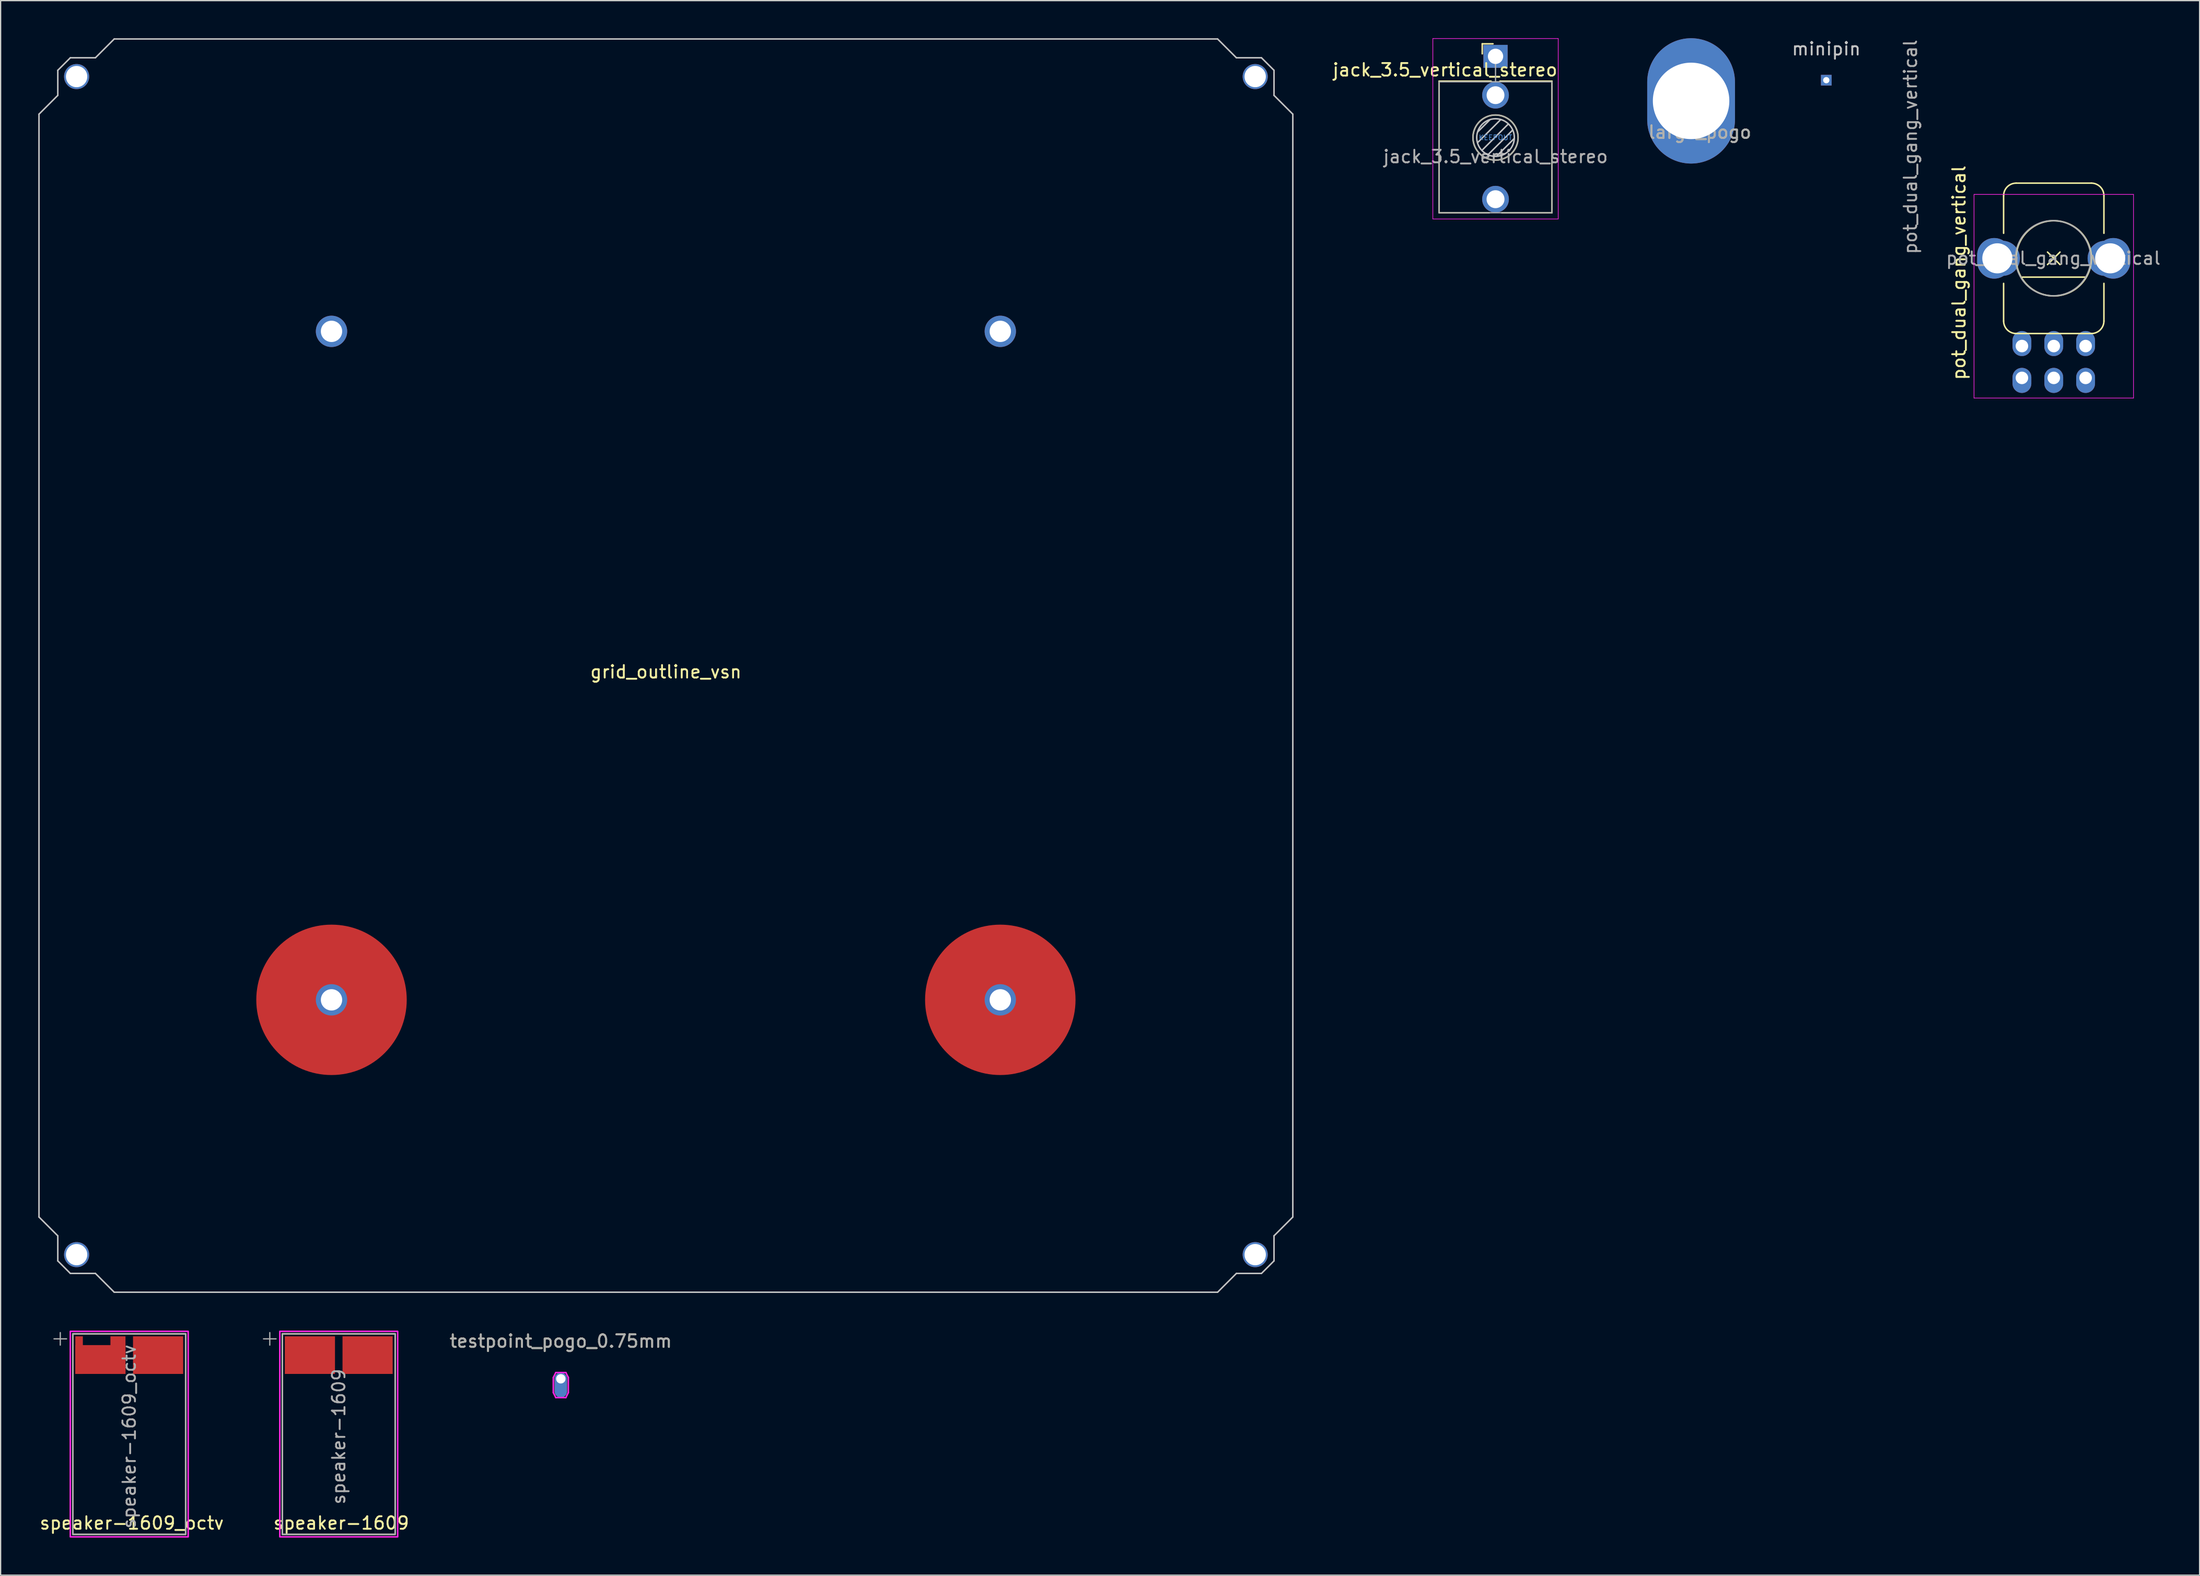
<source format=kicad_pcb>
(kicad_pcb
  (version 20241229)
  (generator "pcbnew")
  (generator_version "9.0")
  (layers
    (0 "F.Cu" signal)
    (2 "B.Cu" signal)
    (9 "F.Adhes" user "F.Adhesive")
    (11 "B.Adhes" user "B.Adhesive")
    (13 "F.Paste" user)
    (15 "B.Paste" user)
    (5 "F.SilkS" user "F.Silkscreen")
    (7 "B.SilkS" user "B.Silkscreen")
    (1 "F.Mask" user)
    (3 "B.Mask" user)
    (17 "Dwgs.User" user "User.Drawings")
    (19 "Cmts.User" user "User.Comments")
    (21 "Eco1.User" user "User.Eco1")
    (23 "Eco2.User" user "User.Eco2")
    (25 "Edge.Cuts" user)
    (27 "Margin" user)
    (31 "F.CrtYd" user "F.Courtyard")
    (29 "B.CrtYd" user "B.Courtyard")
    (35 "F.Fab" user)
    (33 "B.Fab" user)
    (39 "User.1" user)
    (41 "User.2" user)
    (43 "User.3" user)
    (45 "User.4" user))
  (footprint "grid_outline_vsn"
    (layer "F.Cu")
    (at 50.06 50.06)
    (property "Reference" "grid_outline_vsn" (at 0 0.5 0) (layer "F.SilkS") (effects (font (size 1 1) (thickness 0.15))))
    (fp_line (start -50 -44) (end -48.5 -45.5) (stroke (width 0.12) (type solid)) (layer "Dwgs.User"))
    (fp_line (start -50 44) (end -50 -44) (stroke (width 0.12) (type solid)) (layer "Dwgs.User"))
    (fp_line (start -48.5 -47.5) (end -47.5 -48.5) (stroke (width 0.12) (type solid)) (layer "Dwgs.User"))
    (fp_line (start -48.5 -45.5) (end -48.5 -47.5) (stroke (width 0.12) (type solid)) (layer "Dwgs.User"))
    (fp_line (start -48.5 45.5) (end -50 44) (stroke (width 0.12) (type solid)) (layer "Dwgs.User"))
    (fp_line (start -48.5 47.5) (end -48.5 45.5) (stroke (width 0.12) (type solid)) (layer "Dwgs.User"))
    (fp_line (start -47.5 -48.5) (end -45.5 -48.5) (stroke (width 0.12) (type solid)) (layer "Dwgs.User"))
    (fp_line (start -47.5 48.5) (end -48.5 47.5) (stroke (width 0.12) (type solid)) (layer "Dwgs.User"))
    (fp_line (start -45.5 -48.5) (end -44 -50) (stroke (width 0.12) (type solid)) (layer "Dwgs.User"))
    (fp_line (start -45.5 48.5) (end -47.5 48.5) (stroke (width 0.12) (type solid)) (layer "Dwgs.User"))
    (fp_line (start -44 -50) (end 44 -50) (stroke (width 0.12) (type solid)) (layer "Dwgs.User"))
    (fp_line (start -44 50) (end -45.5 48.5) (stroke (width 0.12) (type solid)) (layer "Dwgs.User"))
    (fp_line (start 44 -50) (end 45.5 -48.5) (stroke (width 0.12) (type solid)) (layer "Dwgs.User"))
    (fp_line (start 44 50) (end -44 50) (stroke (width 0.12) (type solid)) (layer "Dwgs.User"))
    (fp_line (start 45.5 -48.5) (end 47.5 -48.5) (stroke (width 0.12) (type solid)) (layer "Dwgs.User"))
    (fp_line (start 45.5 48.5) (end 44 50) (stroke (width 0.12) (type solid)) (layer "Dwgs.User"))
    (fp_line (start 47.5 -48.5) (end 48.5 -47.5) (stroke (width 0.12) (type solid)) (layer "Dwgs.User"))
    (fp_line (start 47.5 48.5) (end 45.5 48.5) (stroke (width 0.12) (type solid)) (layer "Dwgs.User"))
    (fp_line (start 48.5 -47.5) (end 48.5 -45.5) (stroke (width 0.12) (type solid)) (layer "Dwgs.User"))
    (fp_line (start 48.5 -45.5) (end 50 -44) (stroke (width 0.12) (type solid)) (layer "Dwgs.User"))
    (fp_line (start 48.5 45.5) (end 48.5 47.5) (stroke (width 0.12) (type solid)) (layer "Dwgs.User"))
    (fp_line (start 48.5 47.5) (end 47.5 48.5) (stroke (width 0.12) (type solid)) (layer "Dwgs.User"))
    (fp_line (start 50 -44) (end 50 44) (stroke (width 0.12) (type solid)) (layer "Dwgs.User"))
    (fp_line (start 50 44) (end 48.5 45.5) (stroke (width 0.12) (type solid)) (layer "Dwgs.User"))
    (pad "1" thru_hole circle (at -47 -47) (size 2 2) (drill 1.7) (layers "*.Cu" "*.Mask"))
    (pad "2" thru_hole circle (at 47 -47) (size 2 2) (drill 1.7) (layers "*.Cu" "*.Mask"))
    (pad "3" thru_hole circle (at 47 47) (size 2 2) (drill 1.7) (layers "*.Cu" "*.Mask"))
    (pad "4" thru_hole circle (at -47 47) (size 2 2) (drill 1.7) (layers "*.Cu" "*.Mask"))
    (pad "5" thru_hole circle (at -26.67 -26.67) (size 2.5 2.5) (drill 1.7) (layers "*.Cu" "*.Mask"))
    (pad "6" thru_hole circle (at 26.67 -26.67) (size 2.5 2.5) (drill 1.7) (layers "*.Cu" "*.Mask"))
    (pad "7" thru_hole circle (at 26.67 26.67) (size 2.5 2.5) (drill 1.7) (layers "*.Cu" "*.Mask"))
    (pad "7" smd circle (at 26.67 26.67) (size 12 12) (layers "F.Cu" "F.Mask"))
    (pad "8" thru_hole circle (at -26.67 26.67) (size 2.5 2.5) (drill 1.7) (layers "*.Cu" "*.Mask"))
    (pad "8" smd circle (at -26.67 26.67) (size 12 12) (layers "F.Cu" "F.Mask")))
  (footprint "pot_dual_gang_vertical"
    (layer "F.Cu")
    (at 160.75 17.563)
    (property "Reference" "pot_dual_gang_vertical" (at -7.56 1.15 270) (layer "F.SilkS") (effects (font (size 1 1) (thickness 0.15))))
    (attr through_hole)
    (fp_line (start -4 -5) (end -4 -2) (stroke (width 0.12) (type solid)) (layer "F.SilkS"))
    (fp_line (start -4 2) (end -4 5) (stroke (width 0.12) (type solid)) (layer "F.SilkS"))
    (fp_line (start -3 -6) (end 3 -6) (stroke (width 0.12) (type solid)) (layer "F.SilkS"))
    (fp_line (start -3 6) (end 3 6) (stroke (width 0.12) (type solid)) (layer "F.SilkS"))
    (fp_line (start -2.5 1.5) (end 2.5 1.5) (stroke (width 0.12) (type solid)) (layer "F.SilkS"))
    (fp_line (start -0.5 -0.5) (end 0.5 0.5) (stroke (width 0.12) (type solid)) (layer "F.SilkS"))
    (fp_line (start -0.5 0.5) (end 0.5 -0.5) (stroke (width 0.12) (type solid)) (layer "F.SilkS"))
    (fp_line (start 4 -2) (end 4 -5) (stroke (width 0.12) (type solid)) (layer "F.SilkS"))
    (fp_line (start 4 5) (end 4 2) (stroke (width 0.12) (type solid)) (layer "F.SilkS"))
    (fp_arc (start -4 -5) (mid -3.707107 -5.707107) (end -3 -6) (stroke (width 0.12) (type solid)) (layer "F.SilkS"))
    (fp_arc (start -3 6) (mid -3.707107 5.707107) (end -4 5) (stroke (width 0.12) (type solid)) (layer "F.SilkS"))
    (fp_arc (start 3 -6) (mid 3.707107 -5.707107) (end 4 -5) (stroke (width 0.12) (type solid)) (layer "F.SilkS"))
    (fp_arc (start 4 5) (mid 3.707107 5.707107) (end 3 6) (stroke (width 0.12) (type solid)) (layer "F.SilkS"))
    (fp_circle (center 0 0) (end 0 -3) (stroke (width 0.12) (type solid)) (fill no) (layer "F.SilkS"))
    (fp_line (start -6.36 -5.1) (end -6.36 11.15) (stroke (width 0.05) (type solid)) (layer "F.CrtYd"))
    (fp_line (start -6.36 11.15) (end 6.36 11.15) (stroke (width 0.05) (type solid)) (layer "F.CrtYd"))
    (fp_line (start 6.36 -5.1) (end -6.36 -5.1) (stroke (width 0.05) (type solid)) (layer "F.CrtYd"))
    (fp_line (start 6.36 11.15) (end 6.36 -5.1) (stroke (width 0.05) (type solid)) (layer "F.CrtYd"))
    (fp_circle (center -0.04 -0.007) (end 2.96 -0.007) (stroke (width 0.12) (type solid)) (fill no) (layer "F.Fab"))
    (fp_text user "${REFERENCE}" (at -0.04 -0.007 0) (layer "F.Fab") (effects (font (size 1 1) (thickness 0.15))))
    (fp_text user "${REFERENCE}" (at -11.43 -8.89 90) (layer "F.Fab") (effects (font (size 1 1) (thickness 0.15))))
    (pad "" thru_hole oval (at -4.75 0 180) (size 2.72 3.24) (drill oval 1.1 1.8) (layers "*.Cu" "*.Mask"))
    (pad "" thru_hole oval (at -4.5 0) (size 3.2 2.8) (drill 2.4 (offset 0.2 0)) (layers "*.Cu" "*.Mask"))
    (pad "" thru_hole oval (at 4.5 0 180) (size 3.2 2.8) (drill 2.4 (offset 0.2 0)) (layers "*.Cu" "*.Mask"))
    (pad "" thru_hole oval (at 4.75 0 180) (size 2.72 3.24) (drill oval 1.1 1.8) (layers "*.Cu" "*.Mask"))
    (pad "1" thru_hole oval (at -2.54 7 180) (size 1.5 2) (drill 1 (offset 0 0.2)) (layers "*.Cu" "*.Mask"))
    (pad "2" thru_hole oval (at 0 7 180) (size 1.5 2) (drill 1 (offset 0 0.2)) (layers "*.Cu" "*.Mask"))
    (pad "3" thru_hole oval (at 2.54 7 180) (size 1.5 2) (drill 1 (offset 0 0.2)) (layers "*.Cu" "*.Mask"))
    (pad "4" thru_hole oval (at -2.54 9.54) (size 1.5 2) (drill 1 (offset 0 0.2)) (layers "*.Cu" "*.Mask"))
    (pad "5" thru_hole oval (at 0 9.54) (size 1.5 2) (drill 1 (offset 0 0.2)) (layers "*.Cu" "*.Mask"))
    (pad "6" thru_hole oval (at 2.54 9.54) (size 1.5 2) (drill 1 (offset 0 0.2)) (layers "*.Cu" "*.Mask")))
  (footprint "large_pogo"
    (layer "F.Cu")
    (at 131.825 5)
    (property "Reference" "large_pogo" (at 0.7 2.5 0) (layer "F.SilkS") (effects (font (size 1 1) (thickness 0.15))))
    (attr through_hole)
    (fp_text user "${REFERENCE}" (at 0.7 2.5 0) (layer "F.Fab") (effects (font (size 1 1) (thickness 0.15))))
    (pad "1" thru_hole oval (at 0 0) (size 7 10) (drill 6.1) (layers "*.Cu" "*.Mask")))
  (footprint "minipin"
    (layer "F.Cu")
    (at 142.608 3.348)
    (property "Reference" "minipin" (at 0 -2.5 0) (layer "Dwgs.User") (effects (font (size 1 1) (thickness 0.15))))
    (attr through_hole)
    (pad "1" thru_hole rect (at 0 0) (size 0.85 0.85) (drill 0.5) (layers "*.Cu" "*.Mask")))
  (footprint "jack_3.5_vertical_stereo"
    (layer "F.Cu")
    (at 116.227 7.925)
    (property "Reference" "jack_3.5_vertical_stereo" (at -4.03 -5.4 180) (layer "F.SilkS") (effects (font (size 1 1) (thickness 0.15))))
    (attr through_hole)
    (fp_line (start -4.5 -4.5) (end -4.5 6) (stroke (width 0.12) (type solid)) (layer "F.SilkS"))
    (fp_line (start -1.06 -7.48) (end -1.06 -6.68) (stroke (width 0.12) (type solid)) (layer "F.SilkS"))
    (fp_line (start -1.06 -7.48) (end -0.2 -7.48) (stroke (width 0.12) (type solid)) (layer "F.SilkS"))
    (fp_line (start -0.5 6) (end -4.5 6) (stroke (width 0.12) (type solid)) (layer "F.SilkS"))
    (fp_line (start -0.35 -4.5) (end -4.5 -4.5) (stroke (width 0.12) (type solid)) (layer "F.SilkS"))
    (fp_line (start 4.5 -4.5) (end 0.35 -4.5) (stroke (width 0.12) (type solid)) (layer "F.SilkS"))
    (fp_line (start 4.5 -4.5) (end 4.5 6) (stroke (width 0.12) (type solid)) (layer "F.SilkS"))
    (fp_line (start 4.5 6) (end 0.5 6) (stroke (width 0.12) (type solid)) (layer "F.SilkS"))
    (fp_circle (center 0 0) (end 1.8 0) (stroke (width 0.12) (type solid)) (fill no) (layer "F.SilkS"))
    (fp_line (start -1.42 0.395) (end 0.4 -1.42) (stroke (width 0.12) (type solid)) (layer "Dwgs.User"))
    (fp_line (start -1.41 -0.46) (end -0.46 -1.41) (stroke (width 0.12) (type solid)) (layer "Dwgs.User"))
    (fp_line (start -1.07 1.01) (end 1.01 -1.07) (stroke (width 0.12) (type solid)) (layer "Dwgs.User"))
    (fp_line (start -0.58 1.35) (end 1.36 -0.59) (stroke (width 0.12) (type solid)) (layer "Dwgs.User"))
    (fp_line (start 0.09 1.48) (end 1.48 0.09) (stroke (width 0.12) (type solid)) (layer "Dwgs.User"))
    (fp_circle (center 0 0) (end 1.5 0) (stroke (width 0.12) (type solid)) (fill no) (layer "Dwgs.User"))
    (fp_line (start -5 6.5) (end -5 -7.9) (stroke (width 0.05) (type solid)) (layer "F.CrtYd"))
    (fp_line (start 5 -7.9) (end -5 -7.9) (stroke (width 0.05) (type solid)) (layer "F.CrtYd"))
    (fp_line (start 5 6.5) (end -5 6.5) (stroke (width 0.05) (type solid)) (layer "F.CrtYd"))
    (fp_line (start 5 6.5) (end 5 -7.9) (stroke (width 0.05) (type solid)) (layer "F.CrtYd"))
    (fp_line (start -4.5 6) (end -4.5 -4.4) (stroke (width 0.1) (type solid)) (layer "F.Fab"))
    (fp_line (start 0 -6.48) (end 0 -4.45) (stroke (width 0.1) (type solid)) (layer "F.Fab"))
    (fp_line (start 4.5 -4.45) (end -4.5 -4.45) (stroke (width 0.1) (type solid)) (layer "F.Fab"))
    (fp_line (start 4.5 6) (end -4.5 6) (stroke (width 0.1) (type solid)) (layer "F.Fab"))
    (fp_line (start 4.5 6) (end 4.5 -4.4) (stroke (width 0.1) (type solid)) (layer "F.Fab"))
    (fp_circle (center 0 0) (end 1.8 0) (stroke (width 0.1) (type solid)) (fill no) (layer "F.Fab"))
    (fp_text user "KEEPOUT" (at 0 0 0) (layer "Cmts.User") (effects (font (size 0.4 0.4) (thickness 0.051))))
    (fp_text user "${REFERENCE}" (at 0 1.52 180) (layer "F.Fab") (effects (font (size 1 1) (thickness 0.15))))
    (pad "R" thru_hole circle (at 0 -3.38 180) (size 2.13 2.13) (drill 1.42) (layers "*.Cu" "*.Mask"))
    (pad "S" thru_hole rect (at 0 -6.48 180) (size 1.93 1.83) (drill 1.22) (layers "*.Cu" "*.Mask"))
    (pad "T" thru_hole circle (at 0 4.92 180) (size 2.13 2.13) (drill 1.43) (layers "*.Cu" "*.Mask")))
  (footprint "speaker-1609_octv"
    (layer "F.Cu")
    (at 7.258 111.38)
    (property "Reference" "speaker-1609_octv" (at 0.2 7.1 0) (layer "F.SilkS") (effects (font (size 1 1) (thickness 0.15))))
    (attr smd)
    (fp_rect (start -4.5 -8) (end 4.5 8) (stroke (width 0.12) (type default)) (fill no) (layer "F.SilkS"))
    (fp_rect (start -4.7 -8.2) (end 4.7 8.2) (stroke (width 0.12) (type default)) (fill no) (layer "F.CrtYd"))
    (fp_line (start -6 -7.6) (end -5 -7.6) (stroke (width 0.1) (type solid)) (layer "F.Fab"))
    (fp_line (start -5.5 -8.1) (end -5.5 -7.1) (stroke (width 0.1) (type solid)) (layer "F.Fab"))
    (fp_rect (start -4.5 -8) (end 4.5 8) (stroke (width 0.12) (type default)) (fill no) (layer "F.Fab"))
    (fp_text user "${REFERENCE}" (at 0 0.2 90) (layer "F.Fab") (effects (font (size 1 1) (thickness 0.15))))
    (pad "1" smd rect (at -4 -6.3 90) (size 3 0.6) (layers "F.Cu" "F.Mask"))
    (pad "1" smd rect (at -2.3 -5.95 90) (size 2.3 4) (layers "F.Cu" "F.Mask"))
    (pad "1" smd rect (at -0.9 -6.3 90) (size 3 1.2) (layers "F.Cu" "F.Mask"))
    (pad "2" smd rect (at 2.3 -6.3 90) (size 3 4) (layers "F.Cu" "F.Mask")))
  (footprint "testpoint_pogo_0.75mm"
    (layer "F.Cu")
    (at 41.679 106.968)
    (property "Reference" "testpoint_pogo_0.75mm" (at 0 -3 0) (layer "F.SilkS") (effects (font (size 1 1) (thickness 0.15))))
    (attr exclude_from_pos_files exclude_from_bom)
    (fp_line (start -0.6 -0.1) (end -0.6 1.1) (stroke (width 0.12) (type solid)) (layer "F.CrtYd"))
    (fp_line (start -0.6 1.1) (end -0.4 1.5) (stroke (width 0.12) (type solid)) (layer "F.CrtYd"))
    (fp_line (start -0.4 -0.5) (end -0.6 -0.1) (stroke (width 0.12) (type solid)) (layer "F.CrtYd"))
    (fp_line (start -0.4 1.5) (end 0.4 1.5) (stroke (width 0.12) (type solid)) (layer "F.CrtYd"))
    (fp_line (start 0.4 -0.5) (end -0.4 -0.5) (stroke (width 0.12) (type solid)) (layer "F.CrtYd"))
    (fp_line (start 0.4 1.5) (end 0.6 1.1) (stroke (width 0.12) (type solid)) (layer "F.CrtYd"))
    (fp_line (start 0.6 -0.1) (end 0.4 -0.5) (stroke (width 0.12) (type solid)) (layer "F.CrtYd"))
    (fp_line (start 0.6 1.1) (end 0.6 -0.1) (stroke (width 0.12) (type solid)) (layer "F.CrtYd"))
    (fp_text user "${REFERENCE}" (at 0 -3 0) (layer "F.Fab") (effects (font (size 1 1) (thickness 0.15))))
    (pad "1" thru_hole oval (at 0 0) (size 1 2) (drill 0.75 (offset 0 0.5)) (layers "*.Cu" "*.Mask")))
  (footprint "speaker-1609"
    (layer "F.Cu")
    (at 23.967 111.38)
    (property "Reference" "speaker-1609" (at 0.2 7.1 0) (layer "F.SilkS") (effects (font (size 1 1) (thickness 0.15))))
    (attr smd)
    (fp_rect (start -4.5 -8) (end 4.5 8) (stroke (width 0.12) (type default)) (fill no) (layer "F.SilkS"))
    (fp_rect (start -4.7 -8.2) (end 4.7 8.2) (stroke (width 0.12) (type default)) (fill no) (layer "F.CrtYd"))
    (fp_line (start -6 -7.6) (end -5 -7.6) (stroke (width 0.1) (type solid)) (layer "F.Fab"))
    (fp_line (start -5.5 -8.1) (end -5.5 -7.1) (stroke (width 0.1) (type solid)) (layer "F.Fab"))
    (fp_rect (start -4.5 -8) (end 4.5 8) (stroke (width 0.12) (type default)) (fill no) (layer "F.Fab"))
    (fp_text user "${REFERENCE}" (at 0 0.2 90) (layer "F.Fab") (effects (font (size 1 1) (thickness 0.15))))
    (pad "1" smd rect (at -2.3 -6.3 90) (size 3 4) (layers "F.Cu" "F.Mask"))
    (pad "2" smd rect (at 2.3 -6.3 90) (size 3 4) (layers "F.Cu" "F.Mask")))
  (gr_rect
    (start -3 -3)
    (end 172.382 122.64)
    (stroke (width 0.1) (type default))
    (fill no)
    (layer "Edge.Cuts")))
</source>
